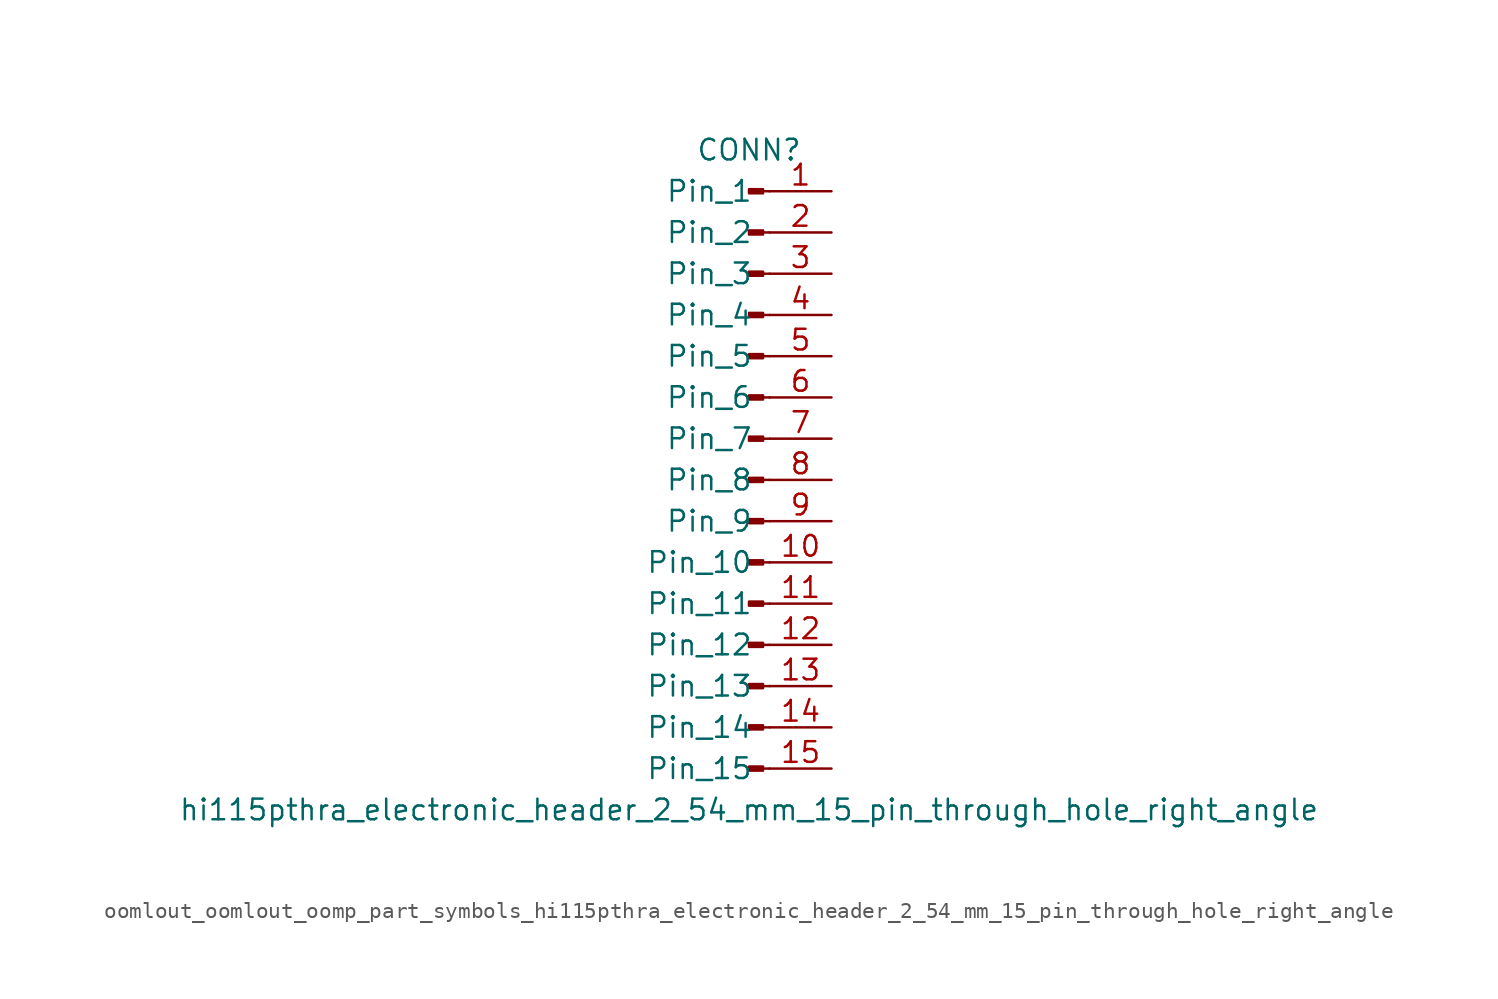
<source format=kicad_sym>
(kicad_symbol_lib
  (version 20220914)
  (generator kicad_symbol_editor)
  (symbol "oomlout_oomlout_oomp_part_symbols_hi115pthra_electronic_header_2_54_mm_15_pin_through_hole_right_angle"
    (pin_names
      (offset 1.016))
    (property "Reference" "CONN"
      (at 0 20.32 0)
      (effects (font (size 1.27 1.27))))
    (property "Value" "hi115pthra_electronic_header_2_54_mm_15_pin_through_hole_right_angle"
      (at 0 -20.32 0)
      (effects (font (size 1.27 1.27))))
    (property "ki_locked" ""
      (at 0 0 0)
      (effects (font (size 1.27 1.27))))
    (symbol "oomlout_oomlout_oomp_part_symbols_hi115pthra_electronic_header_2_54_mm_15_pin_through_hole_right_angle_1_1"
      (polyline (pts (xy 1.27 -17.78) (xy 0.864 -17.78)) (stroke (width 0.152) (type default)) (fill (type none)))
      (polyline (pts (xy 1.27 -15.24) (xy 0.864 -15.24)) (stroke (width 0.152) (type default)) (fill (type none)))
      (polyline (pts (xy 1.27 -12.7) (xy 0.864 -12.7)) (stroke (width 0.152) (type default)) (fill (type none)))
      (polyline (pts (xy 1.27 -10.16) (xy 0.864 -10.16)) (stroke (width 0.152) (type default)) (fill (type none)))
      (polyline (pts (xy 1.27 -7.62) (xy 0.864 -7.62)) (stroke (width 0.152) (type default)) (fill (type none)))
      (polyline (pts (xy 1.27 -5.08) (xy 0.864 -5.08)) (stroke (width 0.152) (type default)) (fill (type none)))
      (polyline (pts (xy 1.27 -2.54) (xy 0.864 -2.54)) (stroke (width 0.152) (type default)) (fill (type none)))
      (polyline (pts (xy 1.27 0) (xy 0.864 0)) (stroke (width 0.152) (type default)) (fill (type none)))
      (polyline (pts (xy 1.27 2.54) (xy 0.864 2.54)) (stroke (width 0.152) (type default)) (fill (type none)))
      (polyline (pts (xy 1.27 5.08) (xy 0.864 5.08)) (stroke (width 0.152) (type default)) (fill (type none)))
      (polyline (pts (xy 1.27 7.62) (xy 0.864 7.62)) (stroke (width 0.152) (type default)) (fill (type none)))
      (polyline (pts (xy 1.27 10.16) (xy 0.864 10.16)) (stroke (width 0.152) (type default)) (fill (type none)))
      (polyline (pts (xy 1.27 12.7) (xy 0.864 12.7)) (stroke (width 0.152) (type default)) (fill (type none)))
      (polyline (pts (xy 1.27 15.24) (xy 0.864 15.24)) (stroke (width 0.152) (type default)) (fill (type none)))
      (polyline (pts (xy 1.27 17.78) (xy 0.864 17.78)) (stroke (width 0.152) (type default)) (fill (type none)))
      (rectangle (start 0.864 -17.653) (end 0 -17.907) (stroke (width 0.152) (type default)) (fill (type outline)))
      (rectangle (start 0.864 -15.113) (end 0 -15.367) (stroke (width 0.152) (type default)) (fill (type outline)))
      (rectangle (start 0.864 -12.573) (end 0 -12.827) (stroke (width 0.152) (type default)) (fill (type outline)))
      (rectangle (start 0.864 -10.033) (end 0 -10.287) (stroke (width 0.152) (type default)) (fill (type outline)))
      (rectangle (start 0.864 -7.493) (end 0 -7.747) (stroke (width 0.152) (type default)) (fill (type outline)))
      (rectangle (start 0.864 -4.953) (end 0 -5.207) (stroke (width 0.152) (type default)) (fill (type outline)))
      (rectangle (start 0.864 -2.413) (end 0 -2.667) (stroke (width 0.152) (type default)) (fill (type outline)))
      (rectangle (start 0.864 0.127) (end 0 -0.127) (stroke (width 0.152) (type default)) (fill (type outline)))
      (rectangle (start 0.864 2.667) (end 0 2.413) (stroke (width 0.152) (type default)) (fill (type outline)))
      (rectangle (start 0.864 5.207) (end 0 4.953) (stroke (width 0.152) (type default)) (fill (type outline)))
      (rectangle (start 0.864 7.747) (end 0 7.493) (stroke (width 0.152) (type default)) (fill (type outline)))
      (rectangle (start 0.864 10.287) (end 0 10.033) (stroke (width 0.152) (type default)) (fill (type outline)))
      (rectangle (start 0.864 12.827) (end 0 12.573) (stroke (width 0.152) (type default)) (fill (type outline)))
      (rectangle (start 0.864 15.367) (end 0 15.113) (stroke (width 0.152) (type default)) (fill (type outline)))
      (rectangle (start 0.864 17.907) (end 0 17.653) (stroke (width 0.152) (type default)) (fill (type outline)))
      (pin passive line (at 5.08 17.78 180) (length 3.81) (name "Pin_1" (effects (font (size 1.27 1.27)))) (number "1" (effects (font (size 1.27 1.27)))))
      (pin passive line (at 5.08 -5.08 180) (length 3.81) (name "Pin_10" (effects (font (size 1.27 1.27)))) (number "10" (effects (font (size 1.27 1.27)))))
      (pin passive line (at 5.08 -7.62 180) (length 3.81) (name "Pin_11" (effects (font (size 1.27 1.27)))) (number "11" (effects (font (size 1.27 1.27)))))
      (pin passive line (at 5.08 -10.16 180) (length 3.81) (name "Pin_12" (effects (font (size 1.27 1.27)))) (number "12" (effects (font (size 1.27 1.27)))))
      (pin passive line (at 5.08 -12.7 180) (length 3.81) (name "Pin_13" (effects (font (size 1.27 1.27)))) (number "13" (effects (font (size 1.27 1.27)))))
      (pin passive line (at 5.08 -15.24 180) (length 3.81) (name "Pin_14" (effects (font (size 1.27 1.27)))) (number "14" (effects (font (size 1.27 1.27)))))
      (pin passive line (at 5.08 -17.78 180) (length 3.81) (name "Pin_15" (effects (font (size 1.27 1.27)))) (number "15" (effects (font (size 1.27 1.27)))))
      (pin passive line (at 5.08 15.24 180) (length 3.81) (name "Pin_2" (effects (font (size 1.27 1.27)))) (number "2" (effects (font (size 1.27 1.27)))))
      (pin passive line (at 5.08 12.7 180) (length 3.81) (name "Pin_3" (effects (font (size 1.27 1.27)))) (number "3" (effects (font (size 1.27 1.27)))))
      (pin passive line (at 5.08 10.16 180) (length 3.81) (name "Pin_4" (effects (font (size 1.27 1.27)))) (number "4" (effects (font (size 1.27 1.27)))))
      (pin passive line (at 5.08 7.62 180) (length 3.81) (name "Pin_5" (effects (font (size 1.27 1.27)))) (number "5" (effects (font (size 1.27 1.27)))))
      (pin passive line (at 5.08 5.08 180) (length 3.81) (name "Pin_6" (effects (font (size 1.27 1.27)))) (number "6" (effects (font (size 1.27 1.27)))))
      (pin passive line (at 5.08 2.54 180) (length 3.81) (name "Pin_7" (effects (font (size 1.27 1.27)))) (number "7" (effects (font (size 1.27 1.27)))))
      (pin passive line (at 5.08 0 180) (length 3.81) (name "Pin_8" (effects (font (size 1.27 1.27)))) (number "8" (effects (font (size 1.27 1.27)))))
      (pin passive line (at 5.08 -2.54 180) (length 3.81) (name "Pin_9" (effects (font (size 1.27 1.27)))) (number "9" (effects (font (size 1.27 1.27))))))))
</source>
